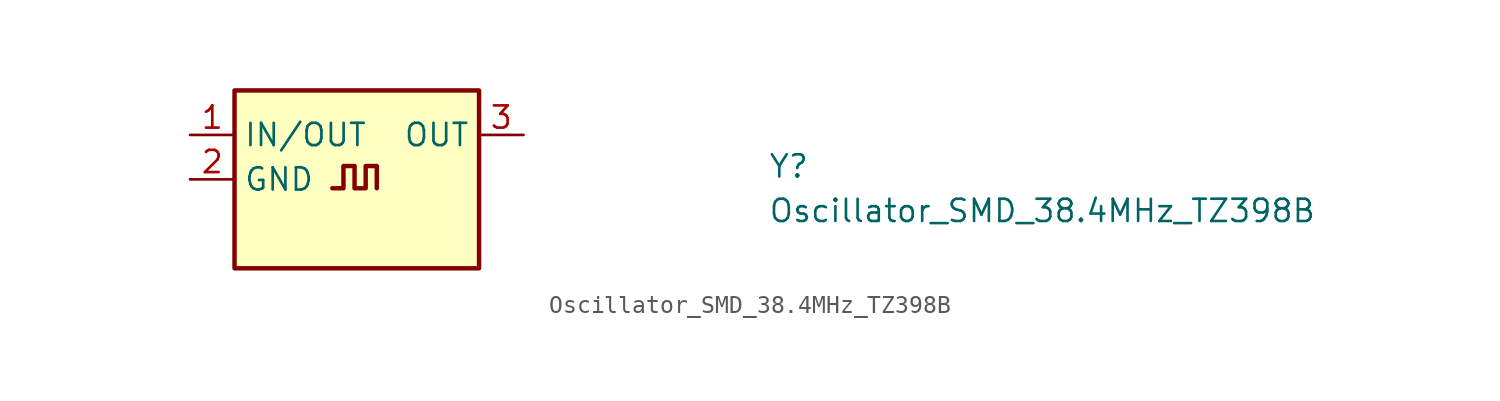
<source format=kicad_sym>
(kicad_symbol_lib
  (version 20211014)
  (generator kicad_symbol_editor)
  (symbol "Oscillator_SMD_38.4MHz_TZ398B"
    (property "Reference" "Y"
      (at 33.02 -2.54 0)
      (effects (font (size 1.27 1.27) (thickness 0.15)) (justify left bottom)))
    (property "Value" "Oscillator_SMD_38.4MHz_TZ398B"
      (at 33.02 -5.08 0)
      (effects (font (size 1.27 1.27) (thickness 0.15)) (justify left bottom)))
    (symbol "Oscillator_SMD_38.4MHz_TZ398B_1_1"
      (polyline (pts (xy 8.128 -3.048) (xy 8.763 -3.048) (xy 8.763 -1.778) (xy 9.398 -1.778) (xy 9.398 -3.048) (xy 10.033 -3.048) (xy 10.033 -1.778) (xy 10.668 -1.778) (xy 10.668 -3.048)) (stroke (width 0.254) (type default) (color 0 0 0 0)) (fill (type background)))
      (rectangle (start 2.54 2.54) (end 16.51 -7.62) (stroke (width 0.254) (type default) (color 0 0 0 0)) (fill (type background)))
      (pin power_in line (at 0 0 0) (length 2.54) (name "IN/OUT" (effects (font (size 1.27 1.27)))) (number "1" (effects (font (size 1.27 1.27)))))
      (pin power_in line (at 0 -2.54 0) (length 2.54) (name "GND" (effects (font (size 1.27 1.27)))) (number "2" (effects (font (size 1.27 1.27)))))
      (pin output line (at 19.05 0 180) (length 2.54) (name "OUT" (effects (font (size 1.27 1.27)))) (number "3" (effects (font (size 1.27 1.27)))))
      (pin passive line (at 0 -2.54 0) (length 2.54) hide (name "GND" (effects (font (size 1.27 1.27)))) (number "4" (effects (font (size 1.27 1.27))))))))
</source>
